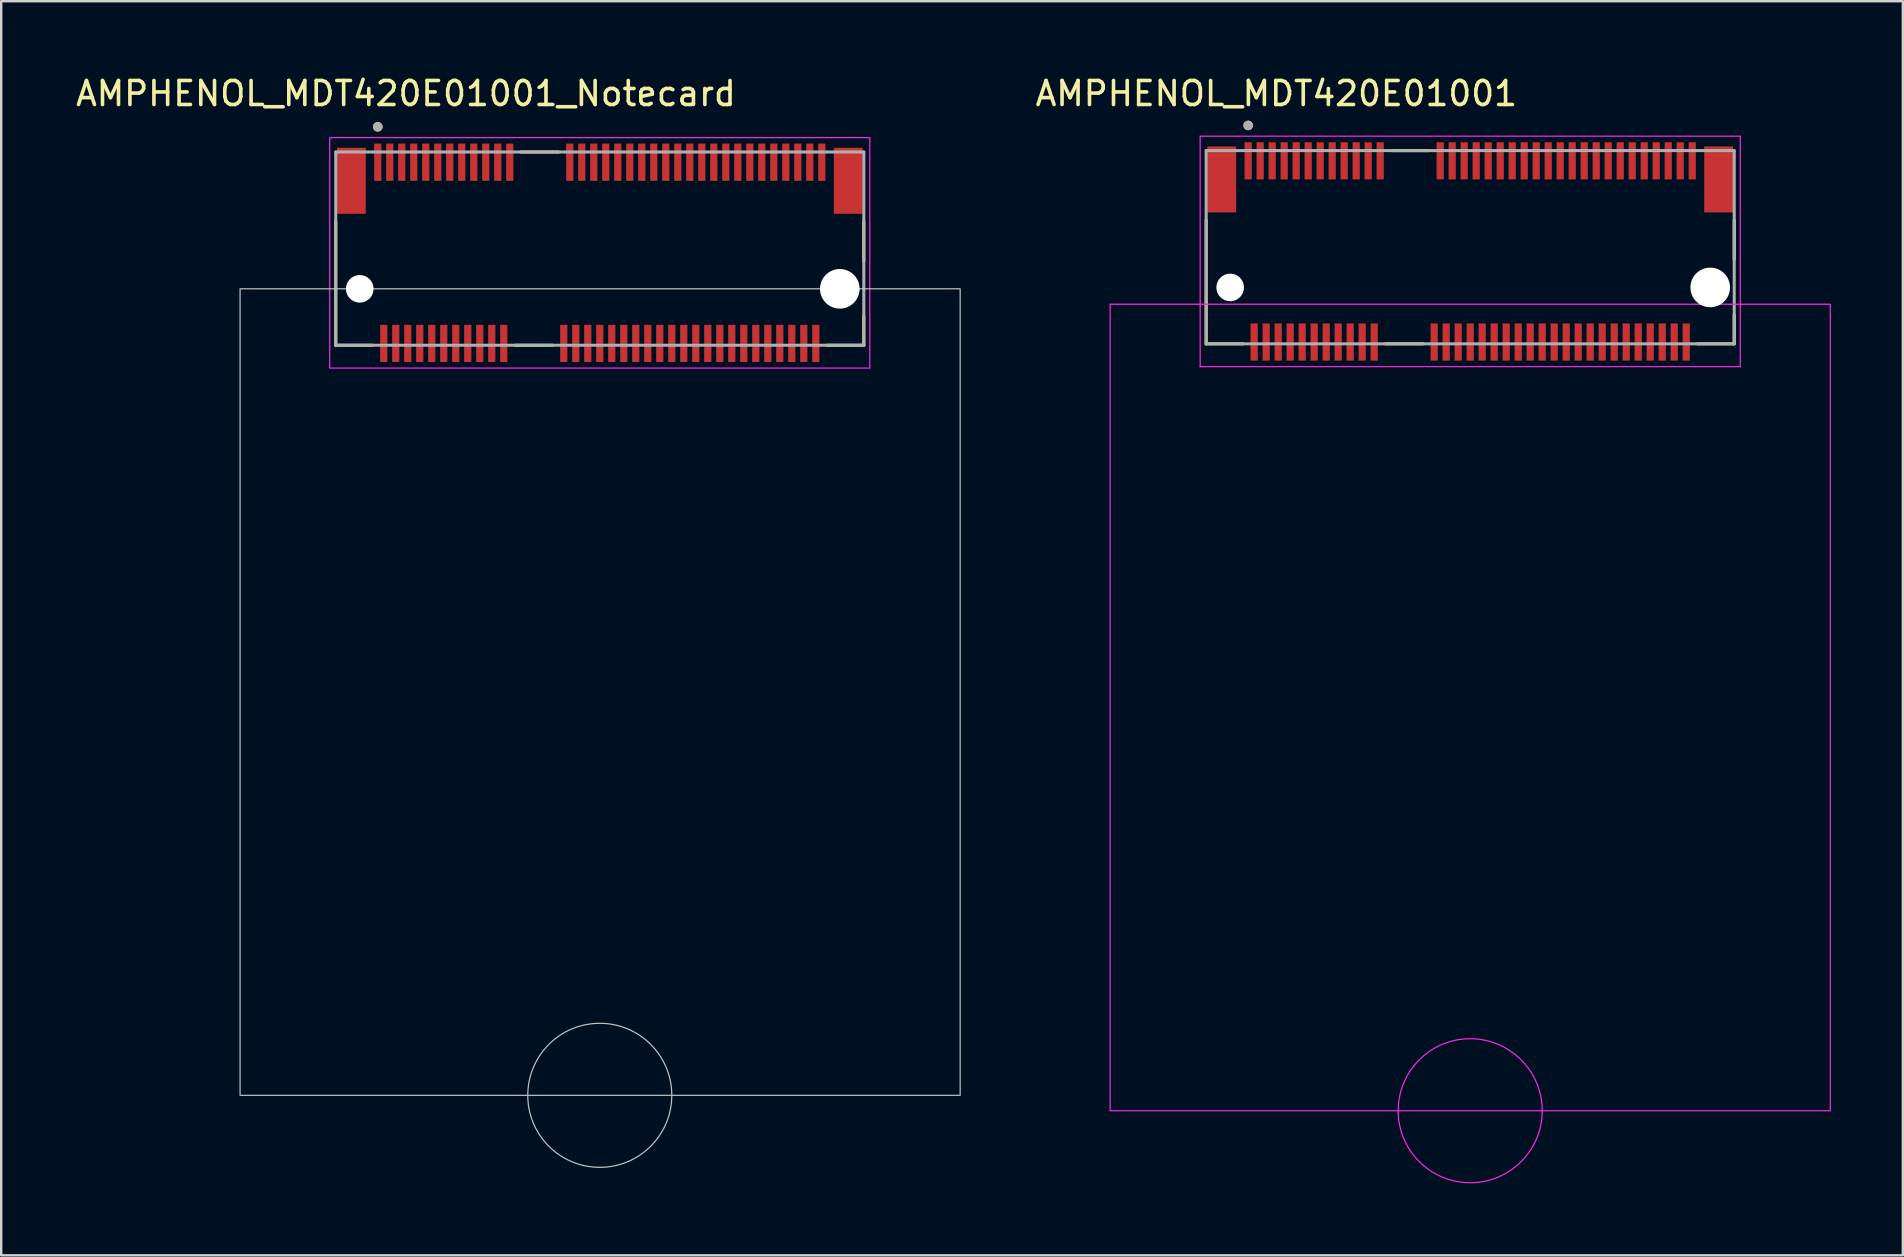
<source format=kicad_pcb>
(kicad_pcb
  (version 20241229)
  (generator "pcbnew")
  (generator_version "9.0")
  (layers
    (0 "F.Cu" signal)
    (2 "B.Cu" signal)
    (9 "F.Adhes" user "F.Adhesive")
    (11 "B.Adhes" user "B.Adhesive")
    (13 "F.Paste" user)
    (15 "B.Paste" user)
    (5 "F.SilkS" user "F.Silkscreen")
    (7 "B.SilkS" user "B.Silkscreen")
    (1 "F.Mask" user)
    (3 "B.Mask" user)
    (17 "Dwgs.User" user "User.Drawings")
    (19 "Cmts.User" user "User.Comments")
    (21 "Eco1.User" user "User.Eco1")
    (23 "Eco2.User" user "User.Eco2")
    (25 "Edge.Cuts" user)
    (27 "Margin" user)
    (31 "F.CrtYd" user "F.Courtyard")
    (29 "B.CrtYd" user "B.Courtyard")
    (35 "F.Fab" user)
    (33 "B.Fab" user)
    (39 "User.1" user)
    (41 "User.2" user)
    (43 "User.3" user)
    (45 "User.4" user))
  (footprint "AMPHENOL_MDT420E01001"
    (layer "F.Cu")
    (at 58.201 8.983)
    (property "Reference" "AMPHENOL_MDT420E01001" (at -8.075 -8.135 0) (layer "F.SilkS") (effects (font (size 1 1) (thickness 0.15))))
    (attr smd)
    (fp_line (start -11 2.292) (end -11 -2.863) (stroke (width 0.127) (type solid)) (layer "F.SilkS"))
    (fp_line (start -9.47 2.292) (end -11 2.292) (stroke (width 0.127) (type solid)) (layer "F.SilkS"))
    (fp_line (start -3.53 2.292) (end -1.97 2.292) (stroke (width 0.127) (type solid)) (layer "F.SilkS"))
    (fp_line (start -3.28 -5.758) (end -1.72 -5.758) (stroke (width 0.127) (type solid)) (layer "F.SilkS"))
    (fp_line (start 11 -2.863) (end 11 -1.203) (stroke (width 0.127) (type solid)) (layer "F.SilkS"))
    (fp_line (start 11 2.292) (end 9.47 2.292) (stroke (width 0.127) (type solid)) (layer "F.SilkS"))
    (fp_line (start 11 2.292) (end 11 1.087) (stroke (width 0.127) (type solid)) (layer "F.SilkS"))
    (fp_circle (center -9.25 -6.808) (end -9.15 -6.808) (stroke (width 0.2) (type solid)) (fill no) (layer "F.SilkS"))
    (fp_line (start -11.25 -6.358) (end -11.25 3.242) (stroke (width 0.05) (type solid)) (layer "F.CrtYd"))
    (fp_line (start -11.25 3.242) (end 11.25 3.242) (stroke (width 0.05) (type solid)) (layer "F.CrtYd"))
    (fp_line (start 11.25 -6.358) (end -11.25 -6.358) (stroke (width 0.05) (type solid)) (layer "F.CrtYd"))
    (fp_line (start 11.25 3.242) (end 11.25 -6.358) (stroke (width 0.05) (type solid)) (layer "F.CrtYd"))
    (fp_rect (start -15 0.642) (end 15 34.242) (stroke (width 0.05) (type default)) (fill no) (layer "F.CrtYd"))
    (fp_circle (center 0 34.242) (end 3 34.242) (stroke (width 0.05) (type default)) (fill no) (layer "F.CrtYd"))
    (fp_line (start -11 -5.758) (end 11 -5.758) (stroke (width 0.127) (type solid)) (layer "F.Fab"))
    (fp_line (start -11 2.292) (end -11 -5.758) (stroke (width 0.127) (type solid)) (layer "F.Fab"))
    (fp_line (start 11 -5.758) (end 11 2.292) (stroke (width 0.127) (type solid)) (layer "F.Fab"))
    (fp_line (start 11 2.292) (end -11 2.292) (stroke (width 0.127) (type solid)) (layer "F.Fab"))
    (fp_circle (center -9.25 -6.808) (end -9.15 -6.808) (stroke (width 0.2) (type solid)) (fill no) (layer "F.Fab"))
    (pad "" np_thru_hole circle (at -10 -0.058) (size 1.15 1.15) (drill 1.15) (layers "*.Cu" "*.Mask"))
    (pad "" np_thru_hole circle (at 10 -0.058) (size 1.65 1.65) (drill 1.65) (layers "*.Cu" "*.Mask"))
    (pad "1" smd rect (at -9.25 -5.333) (size 0.3 1.55) (layers "F.Cu" "F.Mask" "F.Paste"))
    (pad "2" smd rect (at -9 2.217) (size 0.3 1.55) (layers "F.Cu" "F.Mask" "F.Paste"))
    (pad "3" smd rect (at -8.75 -5.333) (size 0.3 1.55) (layers "F.Cu" "F.Mask" "F.Paste"))
    (pad "4" smd rect (at -8.5 2.217) (size 0.3 1.55) (layers "F.Cu" "F.Mask" "F.Paste"))
    (pad "5" smd rect (at -8.25 -5.333) (size 0.3 1.55) (layers "F.Cu" "F.Mask" "F.Paste"))
    (pad "6" smd rect (at -8 2.217) (size 0.3 1.55) (layers "F.Cu" "F.Mask" "F.Paste"))
    (pad "7" smd rect (at -7.75 -5.333) (size 0.3 1.55) (layers "F.Cu" "F.Mask" "F.Paste"))
    (pad "8" smd rect (at -7.5 2.217) (size 0.3 1.55) (layers "F.Cu" "F.Mask" "F.Paste"))
    (pad "9" smd rect (at -7.25 -5.333) (size 0.3 1.55) (layers "F.Cu" "F.Mask" "F.Paste"))
    (pad "10" smd rect (at -7 2.217) (size 0.3 1.55) (layers "F.Cu" "F.Mask" "F.Paste"))
    (pad "11" smd rect (at -6.75 -5.333) (size 0.3 1.55) (layers "F.Cu" "F.Mask" "F.Paste"))
    (pad "12" smd rect (at -6.5 2.217) (size 0.3 1.55) (layers "F.Cu" "F.Mask" "F.Paste"))
    (pad "13" smd rect (at -6.25 -5.333) (size 0.3 1.55) (layers "F.Cu" "F.Mask" "F.Paste"))
    (pad "14" smd rect (at -6 2.217) (size 0.3 1.55) (layers "F.Cu" "F.Mask" "F.Paste"))
    (pad "15" smd rect (at -5.75 -5.333) (size 0.3 1.55) (layers "F.Cu" "F.Mask" "F.Paste"))
    (pad "16" smd rect (at -5.5 2.217) (size 0.3 1.55) (layers "F.Cu" "F.Mask" "F.Paste"))
    (pad "17" smd rect (at -5.25 -5.333) (size 0.3 1.55) (layers "F.Cu" "F.Mask" "F.Paste"))
    (pad "18" smd rect (at -5 2.217) (size 0.3 1.55) (layers "F.Cu" "F.Mask" "F.Paste"))
    (pad "19" smd rect (at -4.75 -5.333) (size 0.3 1.55) (layers "F.Cu" "F.Mask" "F.Paste"))
    (pad "20" smd rect (at -4.5 2.217) (size 0.3 1.55) (layers "F.Cu" "F.Mask" "F.Paste"))
    (pad "21" smd rect (at -4.25 -5.333) (size 0.3 1.55) (layers "F.Cu" "F.Mask" "F.Paste"))
    (pad "22" smd rect (at -4 2.217) (size 0.3 1.55) (layers "F.Cu" "F.Mask" "F.Paste"))
    (pad "23" smd rect (at -3.75 -5.333) (size 0.3 1.55) (layers "F.Cu" "F.Mask" "F.Paste"))
    (pad "32" smd rect (at -1.5 2.217) (size 0.3 1.55) (layers "F.Cu" "F.Mask" "F.Paste"))
    (pad "33" smd rect (at -1.25 -5.333) (size 0.3 1.55) (layers "F.Cu" "F.Mask" "F.Paste"))
    (pad "34" smd rect (at -1 2.217) (size 0.3 1.55) (layers "F.Cu" "F.Mask" "F.Paste"))
    (pad "35" smd rect (at -0.75 -5.333) (size 0.3 1.55) (layers "F.Cu" "F.Mask" "F.Paste"))
    (pad "36" smd rect (at -0.5 2.217) (size 0.3 1.55) (layers "F.Cu" "F.Mask" "F.Paste"))
    (pad "37" smd rect (at -0.25 -5.333) (size 0.3 1.55) (layers "F.Cu" "F.Mask" "F.Paste"))
    (pad "38" smd rect (at 0 2.217) (size 0.3 1.55) (layers "F.Cu" "F.Mask" "F.Paste"))
    (pad "39" smd rect (at 0.25 -5.333) (size 0.3 1.55) (layers "F.Cu" "F.Mask" "F.Paste"))
    (pad "40" smd rect (at 0.5 2.217) (size 0.3 1.55) (layers "F.Cu" "F.Mask" "F.Paste"))
    (pad "41" smd rect (at 0.75 -5.333) (size 0.3 1.55) (layers "F.Cu" "F.Mask" "F.Paste"))
    (pad "42" smd rect (at 1 2.217) (size 0.3 1.55) (layers "F.Cu" "F.Mask" "F.Paste"))
    (pad "43" smd rect (at 1.25 -5.333) (size 0.3 1.55) (layers "F.Cu" "F.Mask" "F.Paste"))
    (pad "44" smd rect (at 1.5 2.217) (size 0.3 1.55) (layers "F.Cu" "F.Mask" "F.Paste"))
    (pad "45" smd rect (at 1.75 -5.333) (size 0.3 1.55) (layers "F.Cu" "F.Mask" "F.Paste"))
    (pad "46" smd rect (at 2 2.217) (size 0.3 1.55) (layers "F.Cu" "F.Mask" "F.Paste"))
    (pad "47" smd rect (at 2.25 -5.333) (size 0.3 1.55) (layers "F.Cu" "F.Mask" "F.Paste"))
    (pad "48" smd rect (at 2.5 2.217) (size 0.3 1.55) (layers "F.Cu" "F.Mask" "F.Paste"))
    (pad "49" smd rect (at 2.75 -5.333) (size 0.3 1.55) (layers "F.Cu" "F.Mask" "F.Paste"))
    (pad "50" smd rect (at 3 2.217) (size 0.3 1.55) (layers "F.Cu" "F.Mask" "F.Paste"))
    (pad "51" smd rect (at 3.25 -5.333) (size 0.3 1.55) (layers "F.Cu" "F.Mask" "F.Paste"))
    (pad "52" smd rect (at 3.5 2.217) (size 0.3 1.55) (layers "F.Cu" "F.Mask" "F.Paste"))
    (pad "53" smd rect (at 3.75 -5.333) (size 0.3 1.55) (layers "F.Cu" "F.Mask" "F.Paste"))
    (pad "54" smd rect (at 4 2.217) (size 0.3 1.55) (layers "F.Cu" "F.Mask" "F.Paste"))
    (pad "55" smd rect (at 4.25 -5.333) (size 0.3 1.55) (layers "F.Cu" "F.Mask" "F.Paste"))
    (pad "56" smd rect (at 4.5 2.217) (size 0.3 1.55) (layers "F.Cu" "F.Mask" "F.Paste"))
    (pad "57" smd rect (at 4.75 -5.333) (size 0.3 1.55) (layers "F.Cu" "F.Mask" "F.Paste"))
    (pad "58" smd rect (at 5 2.217) (size 0.3 1.55) (layers "F.Cu" "F.Mask" "F.Paste"))
    (pad "59" smd rect (at 5.25 -5.333) (size 0.3 1.55) (layers "F.Cu" "F.Mask" "F.Paste"))
    (pad "60" smd rect (at 5.5 2.217) (size 0.3 1.55) (layers "F.Cu" "F.Mask" "F.Paste"))
    (pad "61" smd rect (at 5.75 -5.333) (size 0.3 1.55) (layers "F.Cu" "F.Mask" "F.Paste"))
    (pad "62" smd rect (at 6 2.217) (size 0.3 1.55) (layers "F.Cu" "F.Mask" "F.Paste"))
    (pad "63" smd rect (at 6.25 -5.333) (size 0.3 1.55) (layers "F.Cu" "F.Mask" "F.Paste"))
    (pad "64" smd rect (at 6.5 2.217) (size 0.3 1.55) (layers "F.Cu" "F.Mask" "F.Paste"))
    (pad "65" smd rect (at 6.75 -5.333) (size 0.3 1.55) (layers "F.Cu" "F.Mask" "F.Paste"))
    (pad "66" smd rect (at 7 2.217) (size 0.3 1.55) (layers "F.Cu" "F.Mask" "F.Paste"))
    (pad "67" smd rect (at 7.25 -5.333) (size 0.3 1.55) (layers "F.Cu" "F.Mask" "F.Paste"))
    (pad "68" smd rect (at 7.5 2.217) (size 0.3 1.55) (layers "F.Cu" "F.Mask" "F.Paste"))
    (pad "69" smd rect (at 7.75 -5.333) (size 0.3 1.55) (layers "F.Cu" "F.Mask" "F.Paste"))
    (pad "70" smd rect (at 8 2.217) (size 0.3 1.55) (layers "F.Cu" "F.Mask" "F.Paste"))
    (pad "71" smd rect (at 8.25 -5.333) (size 0.3 1.55) (layers "F.Cu" "F.Mask" "F.Paste"))
    (pad "72" smd rect (at 8.5 2.217) (size 0.3 1.55) (layers "F.Cu" "F.Mask" "F.Paste"))
    (pad "73" smd rect (at 8.75 -5.333) (size 0.3 1.55) (layers "F.Cu" "F.Mask" "F.Paste"))
    (pad "74" smd rect (at 9 2.217) (size 0.3 1.55) (layers "F.Cu" "F.Mask" "F.Paste"))
    (pad "75" smd rect (at 9.25 -5.333) (size 0.3 1.55) (layers "F.Cu" "F.Mask" "F.Paste"))
    (pad "S1" smd rect (at -10.35 -4.558) (size 1.2 2.75) (layers "F.Cu" "F.Mask" "F.Paste"))
    (pad "S2" smd rect (at 10.35 -4.558) (size 1.2 2.75) (layers "F.Cu" "F.Mask" "F.Paste")))
  (footprint "AMPHENOL_MDT420E01001_Notecard"
    (layer "F.Cu")
    (at 21.938 8.983)
    (property "Reference" "AMPHENOL_MDT420E01001_Notecard" (at -8.075 -8.135 0) (layer "F.SilkS") (effects (font (size 1 1) (thickness 0.15))))
    (attr smd)
    (fp_line (start -11 2.35) (end -11 -2.805) (stroke (width 0.127) (type solid)) (layer "F.SilkS"))
    (fp_line (start -9.47 2.35) (end -11 2.35) (stroke (width 0.127) (type solid)) (layer "F.SilkS"))
    (fp_line (start -3.53 2.35) (end -1.97 2.35) (stroke (width 0.127) (type solid)) (layer "F.SilkS"))
    (fp_line (start -3.28 -5.7) (end -1.72 -5.7) (stroke (width 0.127) (type solid)) (layer "F.SilkS"))
    (fp_line (start 11 -2.805) (end 11 -1.145) (stroke (width 0.127) (type solid)) (layer "F.SilkS"))
    (fp_line (start 11 2.35) (end 9.47 2.35) (stroke (width 0.127) (type solid)) (layer "F.SilkS"))
    (fp_line (start 11 2.35) (end 11 1.145) (stroke (width 0.127) (type solid)) (layer "F.SilkS"))
    (fp_circle (center -9.25 -6.75) (end -9.15 -6.75) (stroke (width 0.2) (type solid)) (fill no) (layer "F.SilkS"))
    (fp_rect (start -14.986 0) (end 15.014 33.6) (stroke (width 0.05) (type default)) (fill no) (layer "Dwgs.User"))
    (fp_circle (center 0 33.6) (end 3 33.6) (stroke (width 0.05) (type default)) (fill no) (layer "Dwgs.User"))
    (fp_line (start -11.25 -6.3) (end -11.25 3.3) (stroke (width 0.05) (type solid)) (layer "F.CrtYd"))
    (fp_line (start -11.25 3.3) (end 11.25 3.3) (stroke (width 0.05) (type solid)) (layer "F.CrtYd"))
    (fp_line (start 11.25 -6.3) (end -11.25 -6.3) (stroke (width 0.05) (type solid)) (layer "F.CrtYd"))
    (fp_line (start 11.25 3.3) (end 11.25 -6.3) (stroke (width 0.05) (type solid)) (layer "F.CrtYd"))
    (fp_line (start -11 -5.7) (end 11 -5.7) (stroke (width 0.127) (type solid)) (layer "F.Fab"))
    (fp_line (start -11 2.35) (end -11 -5.7) (stroke (width 0.127) (type solid)) (layer "F.Fab"))
    (fp_line (start 11 -5.7) (end 11 2.35) (stroke (width 0.127) (type solid)) (layer "F.Fab"))
    (fp_line (start 11 2.35) (end -11 2.35) (stroke (width 0.127) (type solid)) (layer "F.Fab"))
    (fp_circle (center -9.25 -6.75) (end -9.15 -6.75) (stroke (width 0.2) (type solid)) (fill no) (layer "F.Fab"))
    (pad "" np_thru_hole circle (at -10 0) (size 1.15 1.15) (drill 1.15) (layers "*.Cu" "*.Mask"))
    (pad "" np_thru_hole circle (at 10 0) (size 1.65 1.65) (drill 1.65) (layers "*.Cu" "*.Mask"))
    (pad "1" smd rect (at -9.25 -5.275) (size 0.3 1.55) (layers "F.Cu" "F.Mask" "F.Paste"))
    (pad "2" smd rect (at -9 2.275) (size 0.3 1.55) (layers "F.Cu" "F.Mask" "F.Paste"))
    (pad "3" smd rect (at -8.75 -5.275) (size 0.3 1.55) (layers "F.Cu" "F.Mask" "F.Paste"))
    (pad "4" smd rect (at -8.5 2.275) (size 0.3 1.55) (layers "F.Cu" "F.Mask" "F.Paste"))
    (pad "5" smd rect (at -8.25 -5.275) (size 0.3 1.55) (layers "F.Cu" "F.Mask" "F.Paste"))
    (pad "6" smd rect (at -8 2.275) (size 0.3 1.55) (layers "F.Cu" "F.Mask" "F.Paste"))
    (pad "7" smd rect (at -7.75 -5.275) (size 0.3 1.55) (layers "F.Cu" "F.Mask" "F.Paste"))
    (pad "8" smd rect (at -7.5 2.275) (size 0.3 1.55) (layers "F.Cu" "F.Mask" "F.Paste"))
    (pad "9" smd rect (at -7.25 -5.275) (size 0.3 1.55) (layers "F.Cu" "F.Mask" "F.Paste"))
    (pad "10" smd rect (at -7 2.275) (size 0.3 1.55) (layers "F.Cu" "F.Mask" "F.Paste"))
    (pad "11" smd rect (at -6.75 -5.275) (size 0.3 1.55) (layers "F.Cu" "F.Mask" "F.Paste"))
    (pad "12" smd rect (at -6.5 2.275) (size 0.3 1.55) (layers "F.Cu" "F.Mask" "F.Paste"))
    (pad "13" smd rect (at -6.25 -5.275) (size 0.3 1.55) (layers "F.Cu" "F.Mask" "F.Paste"))
    (pad "14" smd rect (at -6 2.275) (size 0.3 1.55) (layers "F.Cu" "F.Mask" "F.Paste"))
    (pad "15" smd rect (at -5.75 -5.275) (size 0.3 1.55) (layers "F.Cu" "F.Mask" "F.Paste"))
    (pad "16" smd rect (at -5.5 2.275) (size 0.3 1.55) (layers "F.Cu" "F.Mask" "F.Paste"))
    (pad "17" smd rect (at -5.25 -5.275) (size 0.3 1.55) (layers "F.Cu" "F.Mask" "F.Paste"))
    (pad "18" smd rect (at -5 2.275) (size 0.3 1.55) (layers "F.Cu" "F.Mask" "F.Paste"))
    (pad "19" smd rect (at -4.75 -5.275) (size 0.3 1.55) (layers "F.Cu" "F.Mask" "F.Paste"))
    (pad "20" smd rect (at -4.5 2.275) (size 0.3 1.55) (layers "F.Cu" "F.Mask" "F.Paste"))
    (pad "21" smd rect (at -4.25 -5.275) (size 0.3 1.55) (layers "F.Cu" "F.Mask" "F.Paste"))
    (pad "22" smd rect (at -4 2.275) (size 0.3 1.55) (layers "F.Cu" "F.Mask" "F.Paste"))
    (pad "23" smd rect (at -3.75 -5.275) (size 0.3 1.55) (layers "F.Cu" "F.Mask" "F.Paste"))
    (pad "32" smd rect (at -1.5 2.275) (size 0.3 1.55) (layers "F.Cu" "F.Mask" "F.Paste"))
    (pad "33" smd rect (at -1.25 -5.275) (size 0.3 1.55) (layers "F.Cu" "F.Mask" "F.Paste"))
    (pad "34" smd rect (at -1 2.275) (size 0.3 1.55) (layers "F.Cu" "F.Mask" "F.Paste"))
    (pad "35" smd rect (at -0.75 -5.275) (size 0.3 1.55) (layers "F.Cu" "F.Mask" "F.Paste"))
    (pad "36" smd rect (at -0.5 2.275) (size 0.3 1.55) (layers "F.Cu" "F.Mask" "F.Paste"))
    (pad "37" smd rect (at -0.25 -5.275) (size 0.3 1.55) (layers "F.Cu" "F.Mask" "F.Paste"))
    (pad "38" smd rect (at 0 2.275) (size 0.3 1.55) (layers "F.Cu" "F.Mask" "F.Paste"))
    (pad "39" smd rect (at 0.25 -5.275) (size 0.3 1.55) (layers "F.Cu" "F.Mask" "F.Paste"))
    (pad "40" smd rect (at 0.5 2.275) (size 0.3 1.55) (layers "F.Cu" "F.Mask" "F.Paste"))
    (pad "41" smd rect (at 0.75 -5.275) (size 0.3 1.55) (layers "F.Cu" "F.Mask" "F.Paste"))
    (pad "42" smd rect (at 1 2.275) (size 0.3 1.55) (layers "F.Cu" "F.Mask" "F.Paste"))
    (pad "43" smd rect (at 1.25 -5.275) (size 0.3 1.55) (layers "F.Cu" "F.Mask" "F.Paste"))
    (pad "44" smd rect (at 1.5 2.275) (size 0.3 1.55) (layers "F.Cu" "F.Mask" "F.Paste"))
    (pad "45" smd rect (at 1.75 -5.275) (size 0.3 1.55) (layers "F.Cu" "F.Mask" "F.Paste"))
    (pad "46" smd rect (at 2 2.275) (size 0.3 1.55) (layers "F.Cu" "F.Mask" "F.Paste"))
    (pad "47" smd rect (at 2.25 -5.275) (size 0.3 1.55) (layers "F.Cu" "F.Mask" "F.Paste"))
    (pad "48" smd rect (at 2.5 2.275) (size 0.3 1.55) (layers "F.Cu" "F.Mask" "F.Paste"))
    (pad "49" smd rect (at 2.75 -5.275) (size 0.3 1.55) (layers "F.Cu" "F.Mask" "F.Paste"))
    (pad "50" smd rect (at 3 2.275) (size 0.3 1.55) (layers "F.Cu" "F.Mask" "F.Paste"))
    (pad "51" smd rect (at 3.25 -5.275) (size 0.3 1.55) (layers "F.Cu" "F.Mask" "F.Paste"))
    (pad "52" smd rect (at 3.5 2.275) (size 0.3 1.55) (layers "F.Cu" "F.Mask" "F.Paste"))
    (pad "53" smd rect (at 3.75 -5.275) (size 0.3 1.55) (layers "F.Cu" "F.Mask" "F.Paste"))
    (pad "54" smd rect (at 4 2.275) (size 0.3 1.55) (layers "F.Cu" "F.Mask" "F.Paste"))
    (pad "55" smd rect (at 4.25 -5.275) (size 0.3 1.55) (layers "F.Cu" "F.Mask" "F.Paste"))
    (pad "56" smd rect (at 4.5 2.275) (size 0.3 1.55) (layers "F.Cu" "F.Mask" "F.Paste"))
    (pad "57" smd rect (at 4.75 -5.275) (size 0.3 1.55) (layers "F.Cu" "F.Mask" "F.Paste"))
    (pad "58" smd rect (at 5 2.275) (size 0.3 1.55) (layers "F.Cu" "F.Mask" "F.Paste"))
    (pad "59" smd rect (at 5.25 -5.275) (size 0.3 1.55) (layers "F.Cu" "F.Mask" "F.Paste"))
    (pad "60" smd rect (at 5.5 2.275) (size 0.3 1.55) (layers "F.Cu" "F.Mask" "F.Paste"))
    (pad "61" smd rect (at 5.75 -5.275) (size 0.3 1.55) (layers "F.Cu" "F.Mask" "F.Paste"))
    (pad "62" smd rect (at 6 2.275) (size 0.3 1.55) (layers "F.Cu" "F.Mask" "F.Paste"))
    (pad "63" smd rect (at 6.25 -5.275) (size 0.3 1.55) (layers "F.Cu" "F.Mask" "F.Paste"))
    (pad "64" smd rect (at 6.5 2.275) (size 0.3 1.55) (layers "F.Cu" "F.Mask" "F.Paste"))
    (pad "65" smd rect (at 6.75 -5.275) (size 0.3 1.55) (layers "F.Cu" "F.Mask" "F.Paste"))
    (pad "66" smd rect (at 7 2.275) (size 0.3 1.55) (layers "F.Cu" "F.Mask" "F.Paste"))
    (pad "67" smd rect (at 7.25 -5.275) (size 0.3 1.55) (layers "F.Cu" "F.Mask" "F.Paste"))
    (pad "68" smd rect (at 7.5 2.275) (size 0.3 1.55) (layers "F.Cu" "F.Mask" "F.Paste"))
    (pad "69" smd rect (at 7.75 -5.275) (size 0.3 1.55) (layers "F.Cu" "F.Mask" "F.Paste"))
    (pad "70" smd rect (at 8 2.275) (size 0.3 1.55) (layers "F.Cu" "F.Mask" "F.Paste"))
    (pad "71" smd rect (at 8.25 -5.275) (size 0.3 1.55) (layers "F.Cu" "F.Mask" "F.Paste"))
    (pad "72" smd rect (at 8.5 2.275) (size 0.3 1.55) (layers "F.Cu" "F.Mask" "F.Paste"))
    (pad "73" smd rect (at 8.75 -5.275) (size 0.3 1.55) (layers "F.Cu" "F.Mask" "F.Paste"))
    (pad "74" smd rect (at 9 2.275) (size 0.3 1.55) (layers "F.Cu" "F.Mask" "F.Paste"))
    (pad "75" smd rect (at 9.25 -5.275) (size 0.3 1.55) (layers "F.Cu" "F.Mask" "F.Paste"))
    (pad "S1" smd rect (at -10.35 -4.5) (size 1.2 2.75) (layers "F.Cu" "F.Mask" "F.Paste"))
    (pad "S2" smd rect (at 10.35 -4.5) (size 1.2 2.75) (layers "F.Cu" "F.Mask" "F.Paste")))
  (gr_rect
    (start -3 -3)
    (end 76.226 49.25)
    (stroke (width 0.1) (type default))
    (fill no)
    (layer "Edge.Cuts")))
</source>
